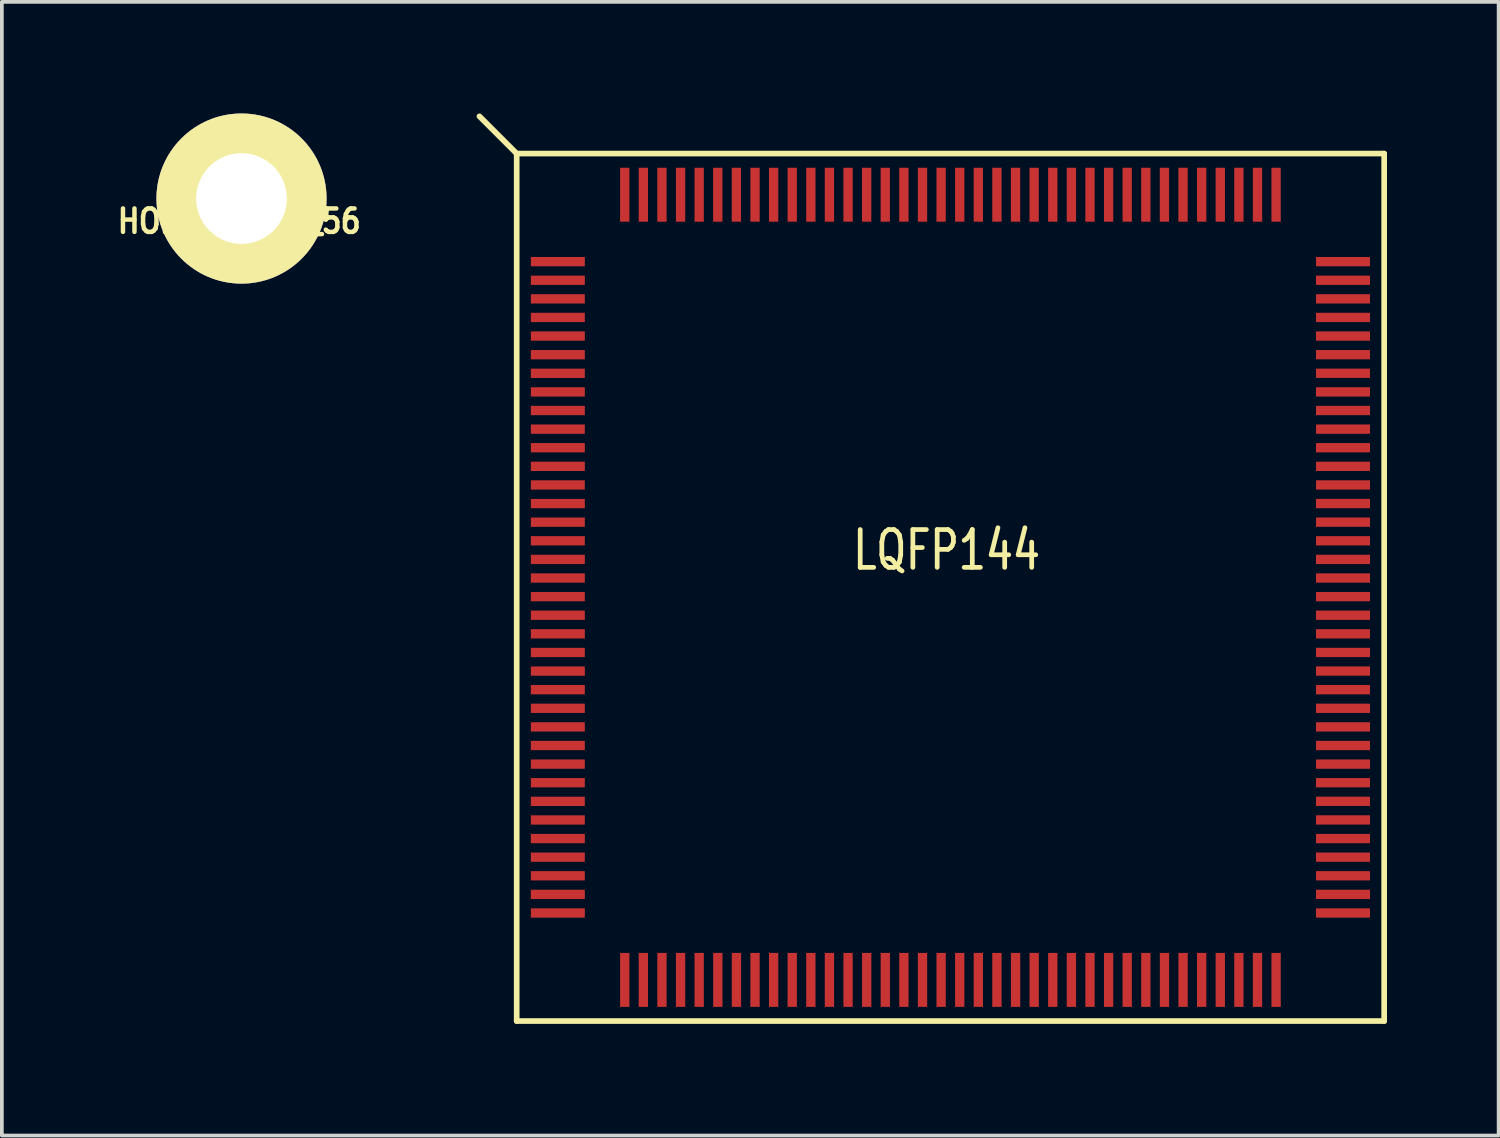
<source format=kicad_pcb>
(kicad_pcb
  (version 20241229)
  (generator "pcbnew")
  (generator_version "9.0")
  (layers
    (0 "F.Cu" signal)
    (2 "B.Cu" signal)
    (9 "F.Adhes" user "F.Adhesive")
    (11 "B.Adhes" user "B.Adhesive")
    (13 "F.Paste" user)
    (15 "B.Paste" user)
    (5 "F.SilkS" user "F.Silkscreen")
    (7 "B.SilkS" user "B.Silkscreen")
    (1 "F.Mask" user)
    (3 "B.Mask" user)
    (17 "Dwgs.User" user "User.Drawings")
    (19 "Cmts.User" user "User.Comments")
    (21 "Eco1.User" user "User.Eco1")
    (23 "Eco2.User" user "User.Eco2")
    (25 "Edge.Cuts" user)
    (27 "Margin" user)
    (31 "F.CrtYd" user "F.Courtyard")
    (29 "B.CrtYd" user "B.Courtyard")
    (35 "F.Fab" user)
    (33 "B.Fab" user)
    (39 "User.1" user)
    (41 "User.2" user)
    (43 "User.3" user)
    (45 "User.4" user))
  (footprint "LQFP144"
    (layer "F.Cu")
    (at 22.491 12.733)
    (property "Reference" "LQFP144" (at -0.102 -1 0) (layer "F.SilkS") (effects (font (size 1.016 0.762) (thickness 0.127))))
    (attr through_hole)
    (fp_line (start -11.656 -11.656) (end -12.657 -12.657) (stroke (width 0.152) (type solid)) (layer "F.SilkS"))
    (fp_line (start -11.656 -11.656) (end 11.656 -11.656) (stroke (width 0.152) (type solid)) (layer "F.SilkS"))
    (fp_line (start -11.656 11.656) (end -11.656 -11.656) (stroke (width 0.152) (type solid)) (layer "F.SilkS"))
    (fp_line (start 11.656 -11.656) (end 11.656 11.656) (stroke (width 0.152) (type solid)) (layer "F.SilkS"))
    (fp_line (start 11.656 11.656) (end -11.656 11.656) (stroke (width 0.152) (type solid)) (layer "F.SilkS"))
    (pad "1" smd rect (at -10.55 -8.752) (size 1.45 0.25) (layers "F.Cu" "F.Mask" "F.Paste"))
    (pad "2" smd rect (at -10.55 -8.252) (size 1.45 0.25) (layers "F.Cu" "F.Mask" "F.Paste"))
    (pad "3" smd rect (at -10.55 -7.752) (size 1.45 0.25) (layers "F.Cu" "F.Mask" "F.Paste"))
    (pad "4" smd rect (at -10.55 -7.252) (size 1.45 0.25) (layers "F.Cu" "F.Mask" "F.Paste"))
    (pad "5" smd rect (at -10.55 -6.752) (size 1.45 0.25) (layers "F.Cu" "F.Mask" "F.Paste"))
    (pad "6" smd rect (at -10.55 -6.251) (size 1.45 0.25) (layers "F.Cu" "F.Mask" "F.Paste"))
    (pad "7" smd rect (at -10.55 -5.751) (size 1.45 0.25) (layers "F.Cu" "F.Mask" "F.Paste"))
    (pad "8" smd rect (at -10.55 -5.251) (size 1.45 0.25) (layers "F.Cu" "F.Mask" "F.Paste"))
    (pad "9" smd rect (at -10.55 -4.751) (size 1.45 0.25) (layers "F.Cu" "F.Mask" "F.Paste"))
    (pad "10" smd rect (at -10.55 -4.251) (size 1.45 0.25) (layers "F.Cu" "F.Mask" "F.Paste"))
    (pad "11" smd rect (at -10.55 -3.751) (size 1.45 0.25) (layers "F.Cu" "F.Mask" "F.Paste"))
    (pad "12" smd rect (at -10.55 -3.251) (size 1.45 0.25) (layers "F.Cu" "F.Mask" "F.Paste"))
    (pad "13" smd rect (at -10.55 -2.751) (size 1.45 0.25) (layers "F.Cu" "F.Mask" "F.Paste"))
    (pad "14" smd rect (at -10.55 -2.25) (size 1.45 0.25) (layers "F.Cu" "F.Mask" "F.Paste"))
    (pad "15" smd rect (at -10.55 -1.75) (size 1.45 0.25) (layers "F.Cu" "F.Mask" "F.Paste"))
    (pad "16" smd rect (at -10.55 -1.25) (size 1.45 0.25) (layers "F.Cu" "F.Mask" "F.Paste"))
    (pad "17" smd rect (at -10.55 -0.75) (size 1.45 0.25) (layers "F.Cu" "F.Mask" "F.Paste"))
    (pad "18" smd rect (at -10.55 -0.25) (size 1.45 0.25) (layers "F.Cu" "F.Mask" "F.Paste"))
    (pad "19" smd rect (at -10.55 0.25) (size 1.45 0.25) (layers "F.Cu" "F.Mask" "F.Paste"))
    (pad "20" smd rect (at -10.55 0.75) (size 1.45 0.25) (layers "F.Cu" "F.Mask" "F.Paste"))
    (pad "21" smd rect (at -10.55 1.25) (size 1.45 0.25) (layers "F.Cu" "F.Mask" "F.Paste"))
    (pad "22" smd rect (at -10.55 1.751) (size 1.45 0.25) (layers "F.Cu" "F.Mask" "F.Paste"))
    (pad "23" smd rect (at -10.55 2.251) (size 1.45 0.25) (layers "F.Cu" "F.Mask" "F.Paste"))
    (pad "24" smd rect (at -10.55 2.751) (size 1.45 0.25) (layers "F.Cu" "F.Mask" "F.Paste"))
    (pad "25" smd rect (at -10.55 3.251) (size 1.45 0.25) (layers "F.Cu" "F.Mask" "F.Paste"))
    (pad "26" smd rect (at -10.55 3.751) (size 1.45 0.25) (layers "F.Cu" "F.Mask" "F.Paste"))
    (pad "27" smd rect (at -10.55 4.251) (size 1.45 0.25) (layers "F.Cu" "F.Mask" "F.Paste"))
    (pad "28" smd rect (at -10.55 4.751) (size 1.45 0.25) (layers "F.Cu" "F.Mask" "F.Paste"))
    (pad "29" smd rect (at -10.55 5.251) (size 1.45 0.25) (layers "F.Cu" "F.Mask" "F.Paste"))
    (pad "30" smd rect (at -10.55 5.752) (size 1.45 0.25) (layers "F.Cu" "F.Mask" "F.Paste"))
    (pad "31" smd rect (at -10.55 6.252) (size 1.45 0.25) (layers "F.Cu" "F.Mask" "F.Paste"))
    (pad "32" smd rect (at -10.55 6.752) (size 1.45 0.25) (layers "F.Cu" "F.Mask" "F.Paste"))
    (pad "33" smd rect (at -10.55 7.252) (size 1.45 0.25) (layers "F.Cu" "F.Mask" "F.Paste"))
    (pad "34" smd rect (at -10.55 7.752) (size 1.45 0.25) (layers "F.Cu" "F.Mask" "F.Paste"))
    (pad "35" smd rect (at -10.55 8.252) (size 1.45 0.25) (layers "F.Cu" "F.Mask" "F.Paste"))
    (pad "36" smd rect (at -10.55 8.752) (size 1.45 0.25) (layers "F.Cu" "F.Mask" "F.Paste"))
    (pad "37" smd rect (at -8.752 10.55 270) (size 1.45 0.25) (layers "F.Cu" "F.Mask" "F.Paste"))
    (pad "38" smd rect (at -8.252 10.55 270) (size 1.45 0.25) (layers "F.Cu" "F.Mask" "F.Paste"))
    (pad "39" smd rect (at -7.752 10.55 270) (size 1.45 0.25) (layers "F.Cu" "F.Mask" "F.Paste"))
    (pad "40" smd rect (at -7.252 10.55 270) (size 1.45 0.25) (layers "F.Cu" "F.Mask" "F.Paste"))
    (pad "41" smd rect (at -6.752 10.55 270) (size 1.45 0.25) (layers "F.Cu" "F.Mask" "F.Paste"))
    (pad "42" smd rect (at -6.251 10.55 270) (size 1.45 0.25) (layers "F.Cu" "F.Mask" "F.Paste"))
    (pad "43" smd rect (at -5.751 10.55 270) (size 1.45 0.25) (layers "F.Cu" "F.Mask" "F.Paste"))
    (pad "44" smd rect (at -5.251 10.55 270) (size 1.45 0.25) (layers "F.Cu" "F.Mask" "F.Paste"))
    (pad "45" smd rect (at -4.751 10.55 270) (size 1.45 0.25) (layers "F.Cu" "F.Mask" "F.Paste"))
    (pad "46" smd rect (at -4.251 10.55 270) (size 1.45 0.25) (layers "F.Cu" "F.Mask" "F.Paste"))
    (pad "47" smd rect (at -3.751 10.55 270) (size 1.45 0.25) (layers "F.Cu" "F.Mask" "F.Paste"))
    (pad "48" smd rect (at -3.251 10.55 270) (size 1.45 0.25) (layers "F.Cu" "F.Mask" "F.Paste"))
    (pad "49" smd rect (at -2.751 10.55 270) (size 1.45 0.25) (layers "F.Cu" "F.Mask" "F.Paste"))
    (pad "50" smd rect (at -2.25 10.55 270) (size 1.45 0.25) (layers "F.Cu" "F.Mask" "F.Paste"))
    (pad "51" smd rect (at -1.75 10.55 270) (size 1.45 0.25) (layers "F.Cu" "F.Mask" "F.Paste"))
    (pad "52" smd rect (at -1.25 10.55 270) (size 1.45 0.25) (layers "F.Cu" "F.Mask" "F.Paste"))
    (pad "53" smd rect (at -0.75 10.55 270) (size 1.45 0.25) (layers "F.Cu" "F.Mask" "F.Paste"))
    (pad "54" smd rect (at -0.25 10.55 270) (size 1.45 0.25) (layers "F.Cu" "F.Mask" "F.Paste"))
    (pad "55" smd rect (at 0.25 10.55 270) (size 1.45 0.25) (layers "F.Cu" "F.Mask" "F.Paste"))
    (pad "56" smd rect (at 0.75 10.55 270) (size 1.45 0.25) (layers "F.Cu" "F.Mask" "F.Paste"))
    (pad "57" smd rect (at 1.25 10.55 270) (size 1.45 0.25) (layers "F.Cu" "F.Mask" "F.Paste"))
    (pad "58" smd rect (at 1.751 10.55 270) (size 1.45 0.25) (layers "F.Cu" "F.Mask" "F.Paste"))
    (pad "59" smd rect (at 2.251 10.55 270) (size 1.45 0.25) (layers "F.Cu" "F.Mask" "F.Paste"))
    (pad "60" smd rect (at 2.751 10.55 270) (size 1.45 0.25) (layers "F.Cu" "F.Mask" "F.Paste"))
    (pad "61" smd rect (at 3.251 10.55 270) (size 1.45 0.25) (layers "F.Cu" "F.Mask" "F.Paste"))
    (pad "62" smd rect (at 3.751 10.55 270) (size 1.45 0.25) (layers "F.Cu" "F.Mask" "F.Paste"))
    (pad "63" smd rect (at 4.251 10.55 270) (size 1.45 0.25) (layers "F.Cu" "F.Mask" "F.Paste"))
    (pad "64" smd rect (at 4.751 10.55 270) (size 1.45 0.25) (layers "F.Cu" "F.Mask" "F.Paste"))
    (pad "65" smd rect (at 5.251 10.55 270) (size 1.45 0.25) (layers "F.Cu" "F.Mask" "F.Paste"))
    (pad "66" smd rect (at 5.752 10.55 270) (size 1.45 0.25) (layers "F.Cu" "F.Mask" "F.Paste"))
    (pad "67" smd rect (at 6.252 10.55 270) (size 1.45 0.25) (layers "F.Cu" "F.Mask" "F.Paste"))
    (pad "68" smd rect (at 6.752 10.55 270) (size 1.45 0.25) (layers "F.Cu" "F.Mask" "F.Paste"))
    (pad "69" smd rect (at 7.252 10.55 270) (size 1.45 0.25) (layers "F.Cu" "F.Mask" "F.Paste"))
    (pad "70" smd rect (at 7.752 10.55 270) (size 1.45 0.25) (layers "F.Cu" "F.Mask" "F.Paste"))
    (pad "71" smd rect (at 8.252 10.55 270) (size 1.45 0.25) (layers "F.Cu" "F.Mask" "F.Paste"))
    (pad "72" smd rect (at 8.752 10.55 270) (size 1.45 0.25) (layers "F.Cu" "F.Mask" "F.Paste"))
    (pad "73" smd rect (at 10.55 8.752) (size 1.45 0.25) (layers "F.Cu" "F.Mask" "F.Paste"))
    (pad "74" smd rect (at 10.55 8.252) (size 1.45 0.25) (layers "F.Cu" "F.Mask" "F.Paste"))
    (pad "75" smd rect (at 10.55 7.752) (size 1.45 0.25) (layers "F.Cu" "F.Mask" "F.Paste"))
    (pad "76" smd rect (at 10.55 7.252) (size 1.45 0.25) (layers "F.Cu" "F.Mask" "F.Paste"))
    (pad "77" smd rect (at 10.55 6.752) (size 1.45 0.25) (layers "F.Cu" "F.Mask" "F.Paste"))
    (pad "78" smd rect (at 10.55 6.251) (size 1.45 0.25) (layers "F.Cu" "F.Mask" "F.Paste"))
    (pad "79" smd rect (at 10.55 5.751) (size 1.45 0.25) (layers "F.Cu" "F.Mask" "F.Paste"))
    (pad "80" smd rect (at 10.55 5.251) (size 1.45 0.25) (layers "F.Cu" "F.Mask" "F.Paste"))
    (pad "81" smd rect (at 10.55 4.751) (size 1.45 0.25) (layers "F.Cu" "F.Mask" "F.Paste"))
    (pad "82" smd rect (at 10.55 4.251) (size 1.45 0.25) (layers "F.Cu" "F.Mask" "F.Paste"))
    (pad "83" smd rect (at 10.55 3.751) (size 1.45 0.25) (layers "F.Cu" "F.Mask" "F.Paste"))
    (pad "84" smd rect (at 10.55 3.251) (size 1.45 0.25) (layers "F.Cu" "F.Mask" "F.Paste"))
    (pad "85" smd rect (at 10.55 2.751) (size 1.45 0.25) (layers "F.Cu" "F.Mask" "F.Paste"))
    (pad "86" smd rect (at 10.55 2.25) (size 1.45 0.25) (layers "F.Cu" "F.Mask" "F.Paste"))
    (pad "87" smd rect (at 10.55 1.75) (size 1.45 0.25) (layers "F.Cu" "F.Mask" "F.Paste"))
    (pad "88" smd rect (at 10.55 1.25) (size 1.45 0.25) (layers "F.Cu" "F.Mask" "F.Paste"))
    (pad "89" smd rect (at 10.55 0.75) (size 1.45 0.25) (layers "F.Cu" "F.Mask" "F.Paste"))
    (pad "90" smd rect (at 10.55 0.25) (size 1.45 0.25) (layers "F.Cu" "F.Mask" "F.Paste"))
    (pad "91" smd rect (at 10.55 -0.25) (size 1.45 0.25) (layers "F.Cu" "F.Mask" "F.Paste"))
    (pad "92" smd rect (at 10.55 -0.75) (size 1.45 0.25) (layers "F.Cu" "F.Mask" "F.Paste"))
    (pad "93" smd rect (at 10.55 -1.25) (size 1.45 0.25) (layers "F.Cu" "F.Mask" "F.Paste"))
    (pad "94" smd rect (at 10.55 -1.751) (size 1.45 0.25) (layers "F.Cu" "F.Mask" "F.Paste"))
    (pad "95" smd rect (at 10.55 -2.251) (size 1.45 0.25) (layers "F.Cu" "F.Mask" "F.Paste"))
    (pad "96" smd rect (at 10.55 -2.751) (size 1.45 0.25) (layers "F.Cu" "F.Mask" "F.Paste"))
    (pad "97" smd rect (at 10.55 -3.251) (size 1.45 0.25) (layers "F.Cu" "F.Mask" "F.Paste"))
    (pad "98" smd rect (at 10.55 -3.751) (size 1.45 0.25) (layers "F.Cu" "F.Mask" "F.Paste"))
    (pad "99" smd rect (at 10.55 -4.251) (size 1.45 0.25) (layers "F.Cu" "F.Mask" "F.Paste"))
    (pad "100" smd rect (at 10.55 -4.751) (size 1.45 0.25) (layers "F.Cu" "F.Mask" "F.Paste"))
    (pad "101" smd rect (at 10.55 -5.251) (size 1.45 0.25) (layers "F.Cu" "F.Mask" "F.Paste"))
    (pad "102" smd rect (at 10.55 -5.752) (size 1.45 0.25) (layers "F.Cu" "F.Mask" "F.Paste"))
    (pad "103" smd rect (at 10.55 -6.252) (size 1.45 0.25) (layers "F.Cu" "F.Mask" "F.Paste"))
    (pad "104" smd rect (at 10.55 -6.752) (size 1.45 0.25) (layers "F.Cu" "F.Mask" "F.Paste"))
    (pad "105" smd rect (at 10.55 -7.252) (size 1.45 0.25) (layers "F.Cu" "F.Mask" "F.Paste"))
    (pad "106" smd rect (at 10.55 -7.752) (size 1.45 0.25) (layers "F.Cu" "F.Mask" "F.Paste"))
    (pad "107" smd rect (at 10.55 -8.252) (size 1.45 0.25) (layers "F.Cu" "F.Mask" "F.Paste"))
    (pad "108" smd rect (at 10.55 -8.752) (size 1.45 0.25) (layers "F.Cu" "F.Mask" "F.Paste"))
    (pad "109" smd rect (at 8.752 -10.55 270) (size 1.45 0.25) (layers "F.Cu" "F.Mask" "F.Paste"))
    (pad "110" smd rect (at 8.252 -10.55 270) (size 1.45 0.25) (layers "F.Cu" "F.Mask" "F.Paste"))
    (pad "111" smd rect (at 7.752 -10.55 270) (size 1.45 0.25) (layers "F.Cu" "F.Mask" "F.Paste"))
    (pad "112" smd rect (at 7.252 -10.55 270) (size 1.45 0.25) (layers "F.Cu" "F.Mask" "F.Paste"))
    (pad "113" smd rect (at 6.752 -10.55 270) (size 1.45 0.25) (layers "F.Cu" "F.Mask" "F.Paste"))
    (pad "114" smd rect (at 6.251 -10.55 270) (size 1.45 0.25) (layers "F.Cu" "F.Mask" "F.Paste"))
    (pad "115" smd rect (at 5.751 -10.55 270) (size 1.45 0.25) (layers "F.Cu" "F.Mask" "F.Paste"))
    (pad "116" smd rect (at 5.251 -10.55 270) (size 1.45 0.25) (layers "F.Cu" "F.Mask" "F.Paste"))
    (pad "117" smd rect (at 4.751 -10.55 270) (size 1.45 0.25) (layers "F.Cu" "F.Mask" "F.Paste"))
    (pad "118" smd rect (at 4.251 -10.55 270) (size 1.45 0.25) (layers "F.Cu" "F.Mask" "F.Paste"))
    (pad "119" smd rect (at 3.751 -10.55 270) (size 1.45 0.25) (layers "F.Cu" "F.Mask" "F.Paste"))
    (pad "120" smd rect (at 3.251 -10.55 270) (size 1.45 0.25) (layers "F.Cu" "F.Mask" "F.Paste"))
    (pad "121" smd rect (at 2.751 -10.55 270) (size 1.45 0.25) (layers "F.Cu" "F.Mask" "F.Paste"))
    (pad "122" smd rect (at 2.25 -10.55 270) (size 1.45 0.25) (layers "F.Cu" "F.Mask" "F.Paste"))
    (pad "123" smd rect (at 1.75 -10.55 270) (size 1.45 0.25) (layers "F.Cu" "F.Mask" "F.Paste"))
    (pad "124" smd rect (at 1.25 -10.55 270) (size 1.45 0.25) (layers "F.Cu" "F.Mask" "F.Paste"))
    (pad "125" smd rect (at 0.75 -10.55 270) (size 1.45 0.25) (layers "F.Cu" "F.Mask" "F.Paste"))
    (pad "126" smd rect (at 0.25 -10.55 270) (size 1.45 0.25) (layers "F.Cu" "F.Mask" "F.Paste"))
    (pad "127" smd rect (at -0.25 -10.55 270) (size 1.45 0.25) (layers "F.Cu" "F.Mask" "F.Paste"))
    (pad "128" smd rect (at -0.75 -10.55 270) (size 1.45 0.25) (layers "F.Cu" "F.Mask" "F.Paste"))
    (pad "129" smd rect (at -1.25 -10.55 270) (size 1.45 0.25) (layers "F.Cu" "F.Mask" "F.Paste"))
    (pad "130" smd rect (at -1.751 -10.55 270) (size 1.45 0.25) (layers "F.Cu" "F.Mask" "F.Paste"))
    (pad "131" smd rect (at -2.251 -10.55 270) (size 1.45 0.25) (layers "F.Cu" "F.Mask" "F.Paste"))
    (pad "132" smd rect (at -2.751 -10.55 270) (size 1.45 0.25) (layers "F.Cu" "F.Mask" "F.Paste"))
    (pad "133" smd rect (at -3.251 -10.55 270) (size 1.45 0.25) (layers "F.Cu" "F.Mask" "F.Paste"))
    (pad "134" smd rect (at -3.751 -10.55 270) (size 1.45 0.25) (layers "F.Cu" "F.Mask" "F.Paste"))
    (pad "135" smd rect (at -4.251 -10.55 270) (size 1.45 0.25) (layers "F.Cu" "F.Mask" "F.Paste"))
    (pad "136" smd rect (at -4.751 -10.55 270) (size 1.45 0.25) (layers "F.Cu" "F.Mask" "F.Paste"))
    (pad "137" smd rect (at -5.251 -10.55 270) (size 1.45 0.25) (layers "F.Cu" "F.Mask" "F.Paste"))
    (pad "138" smd rect (at -5.752 -10.55 270) (size 1.45 0.25) (layers "F.Cu" "F.Mask" "F.Paste"))
    (pad "139" smd rect (at -6.252 -10.55 270) (size 1.45 0.25) (layers "F.Cu" "F.Mask" "F.Paste"))
    (pad "140" smd rect (at -6.752 -10.55 270) (size 1.45 0.25) (layers "F.Cu" "F.Mask" "F.Paste"))
    (pad "141" smd rect (at -7.252 -10.55 270) (size 1.45 0.25) (layers "F.Cu" "F.Mask" "F.Paste"))
    (pad "142" smd rect (at -7.752 -10.55 270) (size 1.45 0.25) (layers "F.Cu" "F.Mask" "F.Paste"))
    (pad "143" smd rect (at -8.252 -10.55 270) (size 1.45 0.25) (layers "F.Cu" "F.Mask" "F.Paste"))
    (pad "144" smd rect (at -8.752 -10.55 270) (size 1.45 0.25) (layers "F.Cu" "F.Mask" "F.Paste")))
  (footprint "HOLE_UNC_2_56"
    (layer "F.Cu")
    (at 3.44 2.286)
    (property "Reference" "HOLE_UNC_2_56" (at -0.061 0.61 0) (layer "F.SilkS") (effects (font (size 0.63 0.54) (thickness 0.12))))
    (attr exclude_from_pos_files exclude_from_bom)
    (pad "1" thru_hole circle (at 0 0) (size 4.572 4.572) (drill 2.438) (layers "*.Cu" "*.Mask" "F.SilkS")))
  (gr_rect
    (start -3 -3)
    (end 37.223 27.465)
    (stroke (width 0.1) (type default))
    (fill no)
    (layer "Edge.Cuts")))
</source>
